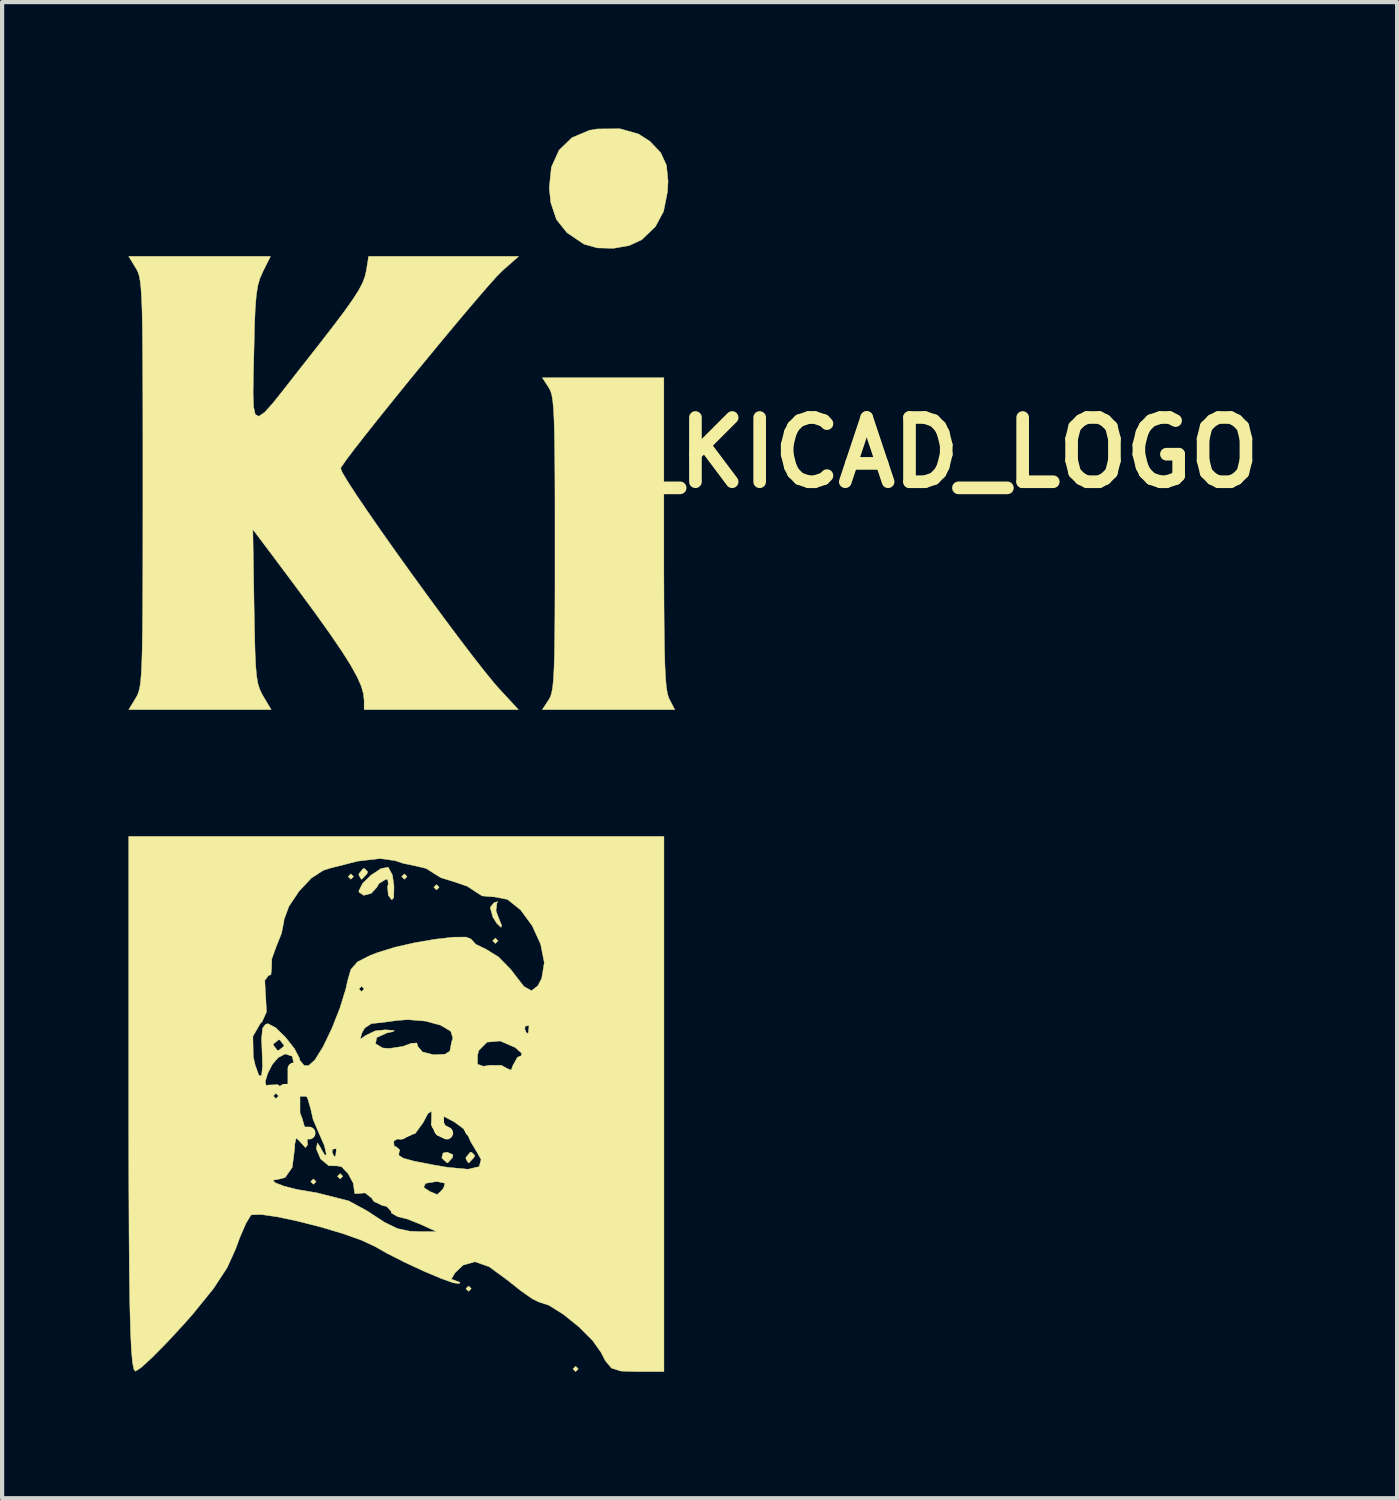
<source format=kicad_pcb>
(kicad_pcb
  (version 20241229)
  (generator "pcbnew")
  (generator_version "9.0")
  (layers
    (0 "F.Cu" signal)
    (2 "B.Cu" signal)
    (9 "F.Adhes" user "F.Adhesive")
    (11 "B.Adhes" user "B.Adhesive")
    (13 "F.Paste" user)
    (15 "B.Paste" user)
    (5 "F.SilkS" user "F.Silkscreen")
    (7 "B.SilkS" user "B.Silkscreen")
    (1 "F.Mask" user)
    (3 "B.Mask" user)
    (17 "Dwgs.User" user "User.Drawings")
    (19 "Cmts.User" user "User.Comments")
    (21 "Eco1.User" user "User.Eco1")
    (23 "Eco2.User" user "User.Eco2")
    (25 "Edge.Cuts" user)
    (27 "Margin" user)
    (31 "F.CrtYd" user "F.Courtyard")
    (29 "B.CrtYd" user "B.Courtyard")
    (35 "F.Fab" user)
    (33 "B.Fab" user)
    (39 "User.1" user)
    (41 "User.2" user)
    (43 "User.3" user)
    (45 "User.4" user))
  (footprint "tesla"
    (layer "F.Cu")
    (at 6.355 23.148)
    (property "Reference" "tesla" (at 0 0 0) (layer "F.SilkS") (effects (font (size 1.524 1.524) (thickness 0.3))))
    (attr through_hole)
    (fp_poly (pts (xy -1.905 1.841) (xy -1.968 1.905) (xy -2.032 1.841) (xy -1.968 1.778) (xy -1.905 1.841)) (stroke (width 0.01) (type solid)) (fill yes) (layer "F.SilkS"))
    (fp_poly (pts (xy -1.27 1.714) (xy -1.333 1.778) (xy -1.397 1.714) (xy -1.333 1.651) (xy -1.27 1.714)) (stroke (width 0.01) (type solid)) (fill yes) (layer "F.SilkS"))
    (fp_poly (pts (xy -1.016 -5.397) (xy -1.079 -5.334) (xy -1.143 -5.397) (xy -1.079 -5.461) (xy -1.016 -5.397)) (stroke (width 0.01) (type solid)) (fill yes) (layer "F.SilkS"))
    (fp_poly (pts (xy 0.254 -5.397) (xy 0.191 -5.334) (xy 0.127 -5.397) (xy 0.191 -5.461) (xy 0.254 -5.397)) (stroke (width 0.01) (type solid)) (fill yes) (layer "F.SilkS"))
    (fp_poly (pts (xy 1.016 -5.144) (xy 0.953 -5.08) (xy 0.889 -5.144) (xy 0.953 -5.207) (xy 1.016 -5.144)) (stroke (width 0.01) (type solid)) (fill yes) (layer "F.SilkS"))
    (fp_poly (pts (xy 1.778 4.381) (xy 1.714 4.445) (xy 1.651 4.381) (xy 1.714 4.318) (xy 1.778 4.381)) (stroke (width 0.01) (type solid)) (fill yes) (layer "F.SilkS"))
    (fp_poly (pts (xy 2.413 -3.873) (xy 2.349 -3.81) (xy 2.286 -3.873) (xy 2.349 -3.937) (xy 2.413 -3.873)) (stroke (width 0.01) (type solid)) (fill yes) (layer "F.SilkS"))
    (fp_poly (pts (xy 4.318 6.287) (xy 4.255 6.35) (xy 4.191 6.287) (xy 4.255 6.223) (xy 4.318 6.287)) (stroke (width 0.01) (type solid)) (fill yes) (layer "F.SilkS"))
    (fp_poly (pts (xy -0.679 -5.51) (xy -0.699 -5.461) (xy -0.813 -5.34) (xy -0.833 -5.334) (xy -0.888 -5.432) (xy -0.889 -5.461) (xy -0.791 -5.583) (xy -0.755 -5.588) (xy -0.679 -5.51)) (stroke (width 0.01) (type solid)) (fill yes) (layer "F.SilkS"))
    (fp_poly (pts (xy 1.344 1.203) (xy 1.333 1.27) (xy 1.225 1.391) (xy 1.206 1.397) (xy 1.106 1.308) (xy 1.079 1.27) (xy 1.11 1.162) (xy 1.206 1.143) (xy 1.344 1.203)) (stroke (width 0.01) (type solid)) (fill yes) (layer "F.SilkS"))
    (fp_poly (pts (xy 1.861 1.221) (xy 1.841 1.27) (xy 1.727 1.391) (xy 1.707 1.397) (xy 1.652 1.299) (xy 1.651 1.27) (xy 1.749 1.148) (xy 1.785 1.143) (xy 1.861 1.221)) (stroke (width 0.01) (type solid)) (fill yes) (layer "F.SilkS"))
    (fp_poly (pts (xy 2.386 -4.766) (xy 2.365 -4.587) (xy 2.422 -4.428) (xy 2.498 -4.241) (xy 2.485 -4.191) (xy 2.383 -4.288) (xy 2.29 -4.437) (xy 2.227 -4.666) (xy 2.317 -4.775) (xy 2.41 -4.804) (xy 2.386 -4.766)) (stroke (width 0.01) (type solid)) (fill yes) (layer "F.SilkS"))
    (fp_poly (pts (xy -0.189 -5.614) (xy -0.093 -5.432) (xy -0.056 -5.175) (xy -0.062 -4.898) (xy -0.108 -4.844) (xy -0.191 -4.953) (xy -0.209 -5.167) (xy -0.191 -5.207) (xy -0.203 -5.324) (xy -0.25 -5.334) (xy -0.412 -5.232) (xy -0.462 -5.144) (xy -0.595 -4.999) (xy -0.774 -4.952) (xy -0.885 -5.027) (xy -0.889 -5.058) (xy -0.801 -5.234) (xy -0.596 -5.434) (xy -0.365 -5.586) (xy -0.197 -5.619) (xy -0.189 -5.614)) (stroke (width 0.01) (type solid)) (fill yes) (layer "F.SilkS"))
    (fp_poly (pts (xy 6.35 6.35) (xy 5.713 6.35) (xy 5.327 6.337) (xy 5.105 6.266) (xy 4.958 6.09) (xy 4.861 5.9) (xy 4.659 5.613) (xy 4.336 5.291) (xy 3.967 4.993) (xy 3.621 4.776) (xy 3.384 4.699) (xy 3.226 4.622) (xy 2.943 4.423) (xy 2.643 4.183) (xy 2.203 3.861) (xy 1.866 3.743) (xy 1.587 3.822) (xy 1.393 4.005) (xy 1.304 4.155) (xy 1.403 4.191) (xy 1.51 4.232) (xy 1.495 4.262) (xy 1.356 4.244) (xy 1.053 4.136) (xy 0.647 3.964) (xy 0.199 3.756) (xy -0.23 3.538) (xy -0.508 3.38) (xy -0.82 3.234) (xy -1.268 3.075) (xy -1.791 2.919) (xy -2.329 2.782) (xy -2.822 2.677) (xy -3.21 2.621) (xy -3.432 2.629) (xy -3.454 2.642) (xy -3.569 2.832) (xy -3.717 3.175) (xy -3.814 3.44) (xy -4.014 3.883) (xy -4.343 4.384) (xy -4.832 4.987) (xy -5.035 5.217) (xy -5.44 5.655) (xy -5.794 6.014) (xy -6.058 6.255) (xy -6.191 6.341) (xy -6.229 6.293) (xy -6.26 6.134) (xy -6.286 5.846) (xy -6.307 5.413) (xy -6.323 4.816) (xy -6.335 4.04) (xy -6.343 3.066) (xy -6.348 1.877) (xy -6.35 0.457) (xy -6.35 0) (xy -6.35 -0.191) (xy -2.921 -0.191) (xy -2.857 -0.127) (xy -2.794 -0.191) (xy -2.857 -0.254) (xy -2.921 -0.191) (xy -6.35 -0.191) (xy -6.35 -0.528) (xy -3.112 -0.528) (xy -3.088 -0.435) (xy -3.039 -0.45) (xy -2.812 -0.459) (xy -2.563 -0.264) (xy -2.334 0.095) (xy -2.236 0.337) (xy -2.128 0.718) (xy -2.103 0.962) (xy -2.155 1.035) (xy -2.281 0.9) (xy -2.291 0.885) (xy -2.376 0.804) (xy -2.409 0.947) (xy -2.411 1.037) (xy -2.47 1.503) (xy -2.638 1.744) (xy -2.776 1.78) (xy -2.928 1.806) (xy -2.878 1.867) (xy -2.672 1.947) (xy -2.355 2.028) (xy -1.974 2.093) (xy -1.906 2.102) (xy -1.132 2.298) (xy -0.699 2.533) (xy -0.281 2.806) (xy 0.027 2.956) (xy 0.317 3.018) (xy 0.572 3.028) (xy 0.953 3.027) (xy 0.572 2.853) (xy 0.26 2.729) (xy 0.035 2.673) (xy 0.032 2.673) (xy -0.116 2.587) (xy -0.127 2.54) (xy -0.23 2.428) (xy -0.321 2.413) (xy -0.535 2.311) (xy -0.586 2.231) (xy -0.743 2.108) (xy -0.841 2.119) (xy -0.985 2.126) (xy -0.994 2.079) (xy -1.008 1.979) (xy 0.649 1.979) (xy 0.794 2.075) (xy 0.95 2.14) (xy 0.969 2.149) (xy 1.05 2.077) (xy 1.117 2) (xy 1.157 1.881) (xy 0.982 1.842) (xy 0.942 1.841) (xy 0.692 1.882) (xy 0.649 1.979) (xy -1.008 1.979) (xy -1.021 1.881) (xy -1.145 1.651) (xy -1.302 1.487) (xy -1.409 1.468) (xy -1.603 1.464) (xy -1.796 1.305) (xy -1.895 1.073) (xy -1.896 1.032) (xy -1.869 0.922) (xy -1.793 1.045) (xy -1.778 1.079) (xy -1.691 1.222) (xy -1.66 1.189) (xy -1.671 1.143) (xy -1.524 1.143) (xy -1.478 1.248) (xy -1.439 1.228) (xy -1.424 1.077) (xy -1.439 1.058) (xy -1.515 1.076) (xy -1.524 1.143) (xy -1.671 1.143) (xy -1.708 0.983) (xy -1.75 0.889) (xy -0.064 0.889) (xy -0.049 1.006) (xy 0 1.016) (xy 0.084 1.093) (xy 0.066 1.139) (xy 0.057 1.216) (xy 0.163 1.285) (xy 0.423 1.357) (xy 0.875 1.444) (xy 1.206 1.501) (xy 1.697 1.548) (xy 1.966 1.486) (xy 2.011 1.318) (xy 1.93 1.171) (xy 1.762 0.889) (xy 1.7 0.746) (xy 1.6 0.59) (xy 1.376 0.425) (xy 0.978 0.215) (xy 0.857 0.157) (xy 0.749 0.226) (xy 0.638 0.437) (xy 0.45 0.697) (xy 0.265 0.762) (xy 0.02 0.82) (xy -0.064 0.889) (xy -1.75 0.889) (xy -1.833 0.699) (xy -1.651 0.699) (xy -1.587 0.762) (xy -1.524 0.699) (xy -1.587 0.635) (xy -1.651 0.699) (xy -1.833 0.699) (xy -1.838 0.687) (xy -1.841 0.681) (xy -1.976 0.364) (xy -2.031 0.12) (xy -2.105 -0.134) (xy -2.218 -0.325) (xy -2.37 -0.638) (xy -2.409 -0.85) (xy -2.47 -1.134) (xy -2.638 -1.189) (xy -2.805 -1.1) (xy -2.942 -0.941) (xy -3.054 -0.723) (xy -3.112 -0.528) (xy -6.35 -0.528) (xy -6.35 -1.605) (xy -3.404 -1.605) (xy -3.395 -1.124) (xy -3.349 -0.921) (xy -3.26 -0.676) (xy -3.198 -0.673) (xy -3.175 -0.899) (xy -3.182 -1.111) (xy -3.192 -1.397) (xy -2.921 -1.397) (xy -2.824 -1.274) (xy -2.794 -1.27) (xy -2.671 -1.367) (xy -2.667 -1.397) (xy -2.764 -1.52) (xy -2.794 -1.524) (xy -2.917 -1.427) (xy -2.921 -1.397) (xy -3.192 -1.397) (xy -3.198 -1.555) (xy -3.174 -1.799) (xy -3.1 -1.895) (xy -3.042 -1.905) (xy -2.863 -1.81) (xy -2.63 -1.584) (xy -2.416 -1.311) (xy -2.296 -1.079) (xy -2.29 -1.038) (xy -2.188 -0.914) (xy -2.083 -0.911) (xy -1.932 -1.047) (xy -1.863 -1.158) (xy 1.926 -1.158) (xy 1.927 -0.944) (xy 2.066 -0.896) (xy 2.214 -0.919) (xy 2.492 -0.918) (xy 2.635 -0.84) (xy 2.725 -0.804) (xy 2.769 -0.921) (xy 2.875 -1.11) (xy 2.959 -1.143) (xy 2.978 -1.202) (xy 2.82 -1.342) (xy 2.464 -1.496) (xy 2.153 -1.468) (xy 1.956 -1.27) (xy 1.926 -1.158) (xy -1.863 -1.158) (xy -1.737 -1.361) (xy -1.652 -1.538) (xy -0.857 -1.538) (xy -0.76 -1.603) (xy -0.744 -1.619) (xy -0.5 -1.736) (xy -0.26 -1.761) (xy -0.047 -1.744) (xy -0.077 -1.718) (xy -0.222 -1.688) (xy -0.465 -1.577) (xy -0.494 -1.431) (xy -0.322 -1.329) (xy -0.159 -1.319) (xy 0.16 -1.368) (xy 0.349 -1.439) (xy 0.487 -1.449) (xy 0.508 -1.368) (xy 0.621 -1.235) (xy 0.889 -1.168) (xy 1.156 -1.182) (xy 1.27 -1.255) (xy 1.27 -1.258) (xy 1.312 -1.475) (xy 1.342 -1.564) (xy 1.291 -1.728) (xy 1.207 -1.778) (xy 3.048 -1.778) (xy 3.094 -1.673) (xy 3.133 -1.693) (xy 3.148 -1.844) (xy 3.133 -1.863) (xy 3.057 -1.845) (xy 3.048 -1.778) (xy 1.207 -1.778) (xy 1.051 -1.87) (xy 0.69 -1.968) (xy 0.273 -2.002) (xy 0.031 -1.984) (xy -0.319 -1.937) (xy -0.566 -1.911) (xy -0.59 -1.91) (xy -0.752 -1.802) (xy -0.819 -1.683) (xy -0.857 -1.538) (xy -1.652 -1.538) (xy -1.531 -1.791) (xy -1.341 -2.27) (xy -1.199 -2.731) (xy -0.889 -2.731) (xy -0.826 -2.667) (xy -0.762 -2.731) (xy -0.826 -2.794) (xy -0.889 -2.731) (xy -1.199 -2.731) (xy -1.198 -2.735) (xy -1.158 -2.918) (xy -1.079 -3.192) (xy -0.922 -3.373) (xy -0.618 -3.527) (xy -0.446 -3.593) (xy -0.034 -3.72) (xy 0.444 -3.829) (xy 0.925 -3.911) (xy 1.35 -3.959) (xy 1.654 -3.962) (xy 1.778 -3.912) (xy 1.778 -3.908) (xy 1.884 -3.791) (xy 2.127 -3.674) (xy 2.425 -3.49) (xy 2.721 -3.188) (xy 2.779 -3.11) (xy 3.028 -2.788) (xy 3.208 -2.689) (xy 3.357 -2.805) (xy 3.45 -2.981) (xy 3.511 -3.356) (xy 3.424 -3.793) (xy 3.224 -4.231) (xy 2.95 -4.605) (xy 2.638 -4.855) (xy 2.323 -4.916) (xy 2.319 -4.915) (xy 2.037 -4.938) (xy 1.897 -5.026) (xy 1.682 -5.168) (xy 1.357 -5.278) (xy 1.356 -5.278) (xy 1.054 -5.372) (xy 0.88 -5.479) (xy 0.877 -5.483) (xy 0.705 -5.59) (xy 0.496 -5.641) (xy 0.156 -5.713) (xy -0.032 -5.776) (xy -0.389 -5.825) (xy -0.918 -5.763) (xy -1.566 -5.598) (xy -1.735 -5.544) (xy -2.016 -5.362) (xy -2.311 -5.047) (xy -2.55 -4.689) (xy -2.665 -4.376) (xy -2.667 -4.341) (xy -2.725 -4.049) (xy -2.847 -3.745) (xy -2.956 -3.444) (xy -2.961 -3.223) (xy -2.976 -3.07) (xy -3.036 -3.048) (xy -3.121 -2.933) (xy -3.105 -2.594) (xy -3.101 -2.566) (xy -3.081 -2.184) (xy -3.186 -1.953) (xy -3.226 -1.915) (xy -3.404 -1.605) (xy -6.35 -1.605) (xy -6.35 -6.35) (xy 6.35 -6.35) (xy 6.35 6.35)) (stroke (width 0.01) (type solid)) (fill yes) (layer "F.SilkS")))
  (footprint "F_KICAD_LOGO"
    (layer "F.Cu")
    (at 18.714 7.692)
    (property "Reference" "F_KICAD_LOGO" (at 0 0 0) (layer "F.SilkS") (effects (font (size 1.524 1.524) (thickness 0.3))))
    (attr through_hole)
    (fp_poly (pts (xy -6.613 -7.563) (xy -6.341 -7.388) (xy -6.087 -7.121) (xy -5.949 -6.821) (xy -5.911 -6.441) (xy -5.926 -6.187) (xy -6.018 -5.725) (xy -6.21 -5.366) (xy -6.529 -5.06) (xy -6.542 -5.05) (xy -6.833 -4.915) (xy -7.206 -4.85) (xy -7.588 -4.859) (xy -7.903 -4.947) (xy -7.916 -4.955) (xy -8.309 -5.22) (xy -8.56 -5.534) (xy -8.694 -5.933) (xy -8.73 -6.283) (xy -8.68 -6.776) (xy -8.497 -7.179) (xy -8.192 -7.475) (xy -7.778 -7.65) (xy -7.593 -7.682) (xy -7.053 -7.687) (xy -6.613 -7.563)) (stroke (width 0.01) (type solid)) (fill yes) (layer "F.SilkS"))
    (fp_poly (pts (xy -6.011 1.909) (xy -6.011 2.817) (xy -6.008 3.571) (xy -6.003 4.185) (xy -5.996 4.676) (xy -5.985 5.059) (xy -5.97 5.348) (xy -5.952 5.559) (xy -5.928 5.708) (xy -5.899 5.808) (xy -5.882 5.846) (xy -5.753 6.096) (xy -8.894 6.096) (xy -8.744 5.867) (xy -8.706 5.799) (xy -8.676 5.709) (xy -8.651 5.58) (xy -8.632 5.398) (xy -8.618 5.144) (xy -8.607 4.804) (xy -8.6 4.361) (xy -8.596 3.798) (xy -8.594 3.1) (xy -8.594 2.251) (xy -8.594 2.159) (xy -8.594 1.294) (xy -8.596 0.582) (xy -8.6 0.007) (xy -8.607 -0.447) (xy -8.617 -0.797) (xy -8.631 -1.058) (xy -8.649 -1.247) (xy -8.673 -1.38) (xy -8.703 -1.473) (xy -8.74 -1.543) (xy -8.744 -1.549) (xy -8.894 -1.778) (xy -6.011 -1.778) (xy -6.011 1.909)) (stroke (width 0.01) (type solid)) (fill yes) (layer "F.SilkS"))
    (fp_poly (pts (xy -15.526 -4.297) (xy -15.596 -4.138) (xy -15.647 -3.962) (xy -15.682 -3.738) (xy -15.707 -3.434) (xy -15.724 -3.018) (xy -15.734 -2.582) (xy -15.75 -1.925) (xy -15.758 -1.43) (xy -15.748 -1.093) (xy -15.706 -0.905) (xy -15.622 -0.863) (xy -15.484 -0.958) (xy -15.28 -1.185) (xy -15 -1.538) (xy -14.643 -1.995) (xy -14.199 -2.56) (xy -13.85 -3.011) (xy -13.583 -3.366) (xy -13.387 -3.643) (xy -13.25 -3.858) (xy -13.16 -4.03) (xy -13.104 -4.178) (xy -13.072 -4.317) (xy -13.068 -4.339) (xy -13.017 -4.657) (xy -9.459 -4.657) (xy -9.848 -4.314) (xy -9.98 -4.18) (xy -10.196 -3.938) (xy -10.48 -3.609) (xy -10.818 -3.21) (xy -11.193 -2.761) (xy -11.59 -2.281) (xy -11.993 -1.79) (xy -12.386 -1.305) (xy -12.755 -0.847) (xy -13.082 -0.435) (xy -13.354 -0.087) (xy -13.553 0.177) (xy -13.665 0.339) (xy -13.681 0.371) (xy -13.644 0.466) (xy -13.518 0.678) (xy -13.317 0.988) (xy -13.052 1.379) (xy -12.739 1.831) (xy -12.389 2.327) (xy -12.016 2.847) (xy -11.633 3.375) (xy -11.254 3.891) (xy -10.891 4.377) (xy -10.558 4.815) (xy -10.268 5.186) (xy -10.034 5.472) (xy -9.918 5.604) (xy -9.464 6.096) (xy -13.123 6.096) (xy -13.123 5.882) (xy -13.139 5.723) (xy -13.191 5.54) (xy -13.289 5.319) (xy -13.44 5.046) (xy -13.653 4.708) (xy -13.937 4.292) (xy -14.3 3.784) (xy -14.751 3.172) (xy -15.297 2.441) (xy -15.35 2.371) (xy -15.764 1.82) (xy -15.735 3.641) (xy -15.724 4.246) (xy -15.712 4.708) (xy -15.697 5.05) (xy -15.675 5.299) (xy -15.644 5.478) (xy -15.602 5.613) (xy -15.547 5.729) (xy -15.518 5.779) (xy -15.33 6.096) (xy -18.709 6.096) (xy -18.541 5.821) (xy -18.505 5.757) (xy -18.475 5.683) (xy -18.45 5.585) (xy -18.429 5.45) (xy -18.413 5.263) (xy -18.4 5.011) (xy -18.39 4.68) (xy -18.383 4.257) (xy -18.378 3.728) (xy -18.375 3.079) (xy -18.374 2.296) (xy -18.373 1.367) (xy -18.373 0.72) (xy -18.373 -0.307) (xy -18.374 -1.178) (xy -18.376 -1.907) (xy -18.38 -2.508) (xy -18.385 -2.994) (xy -18.393 -3.38) (xy -18.404 -3.678) (xy -18.419 -3.903) (xy -18.437 -4.068) (xy -18.459 -4.188) (xy -18.486 -4.275) (xy -18.519 -4.343) (xy -18.541 -4.381) (xy -18.709 -4.657) (xy -15.346 -4.657) (xy -15.526 -4.297)) (stroke (width 0.01) (type solid)) (fill yes) (layer "F.SilkS")))
  (gr_rect
    (start -3 -3)
    (end 30.103 32.503)
    (stroke (width 0.1) (type default))
    (fill no)
    (layer "Edge.Cuts")))
</source>
